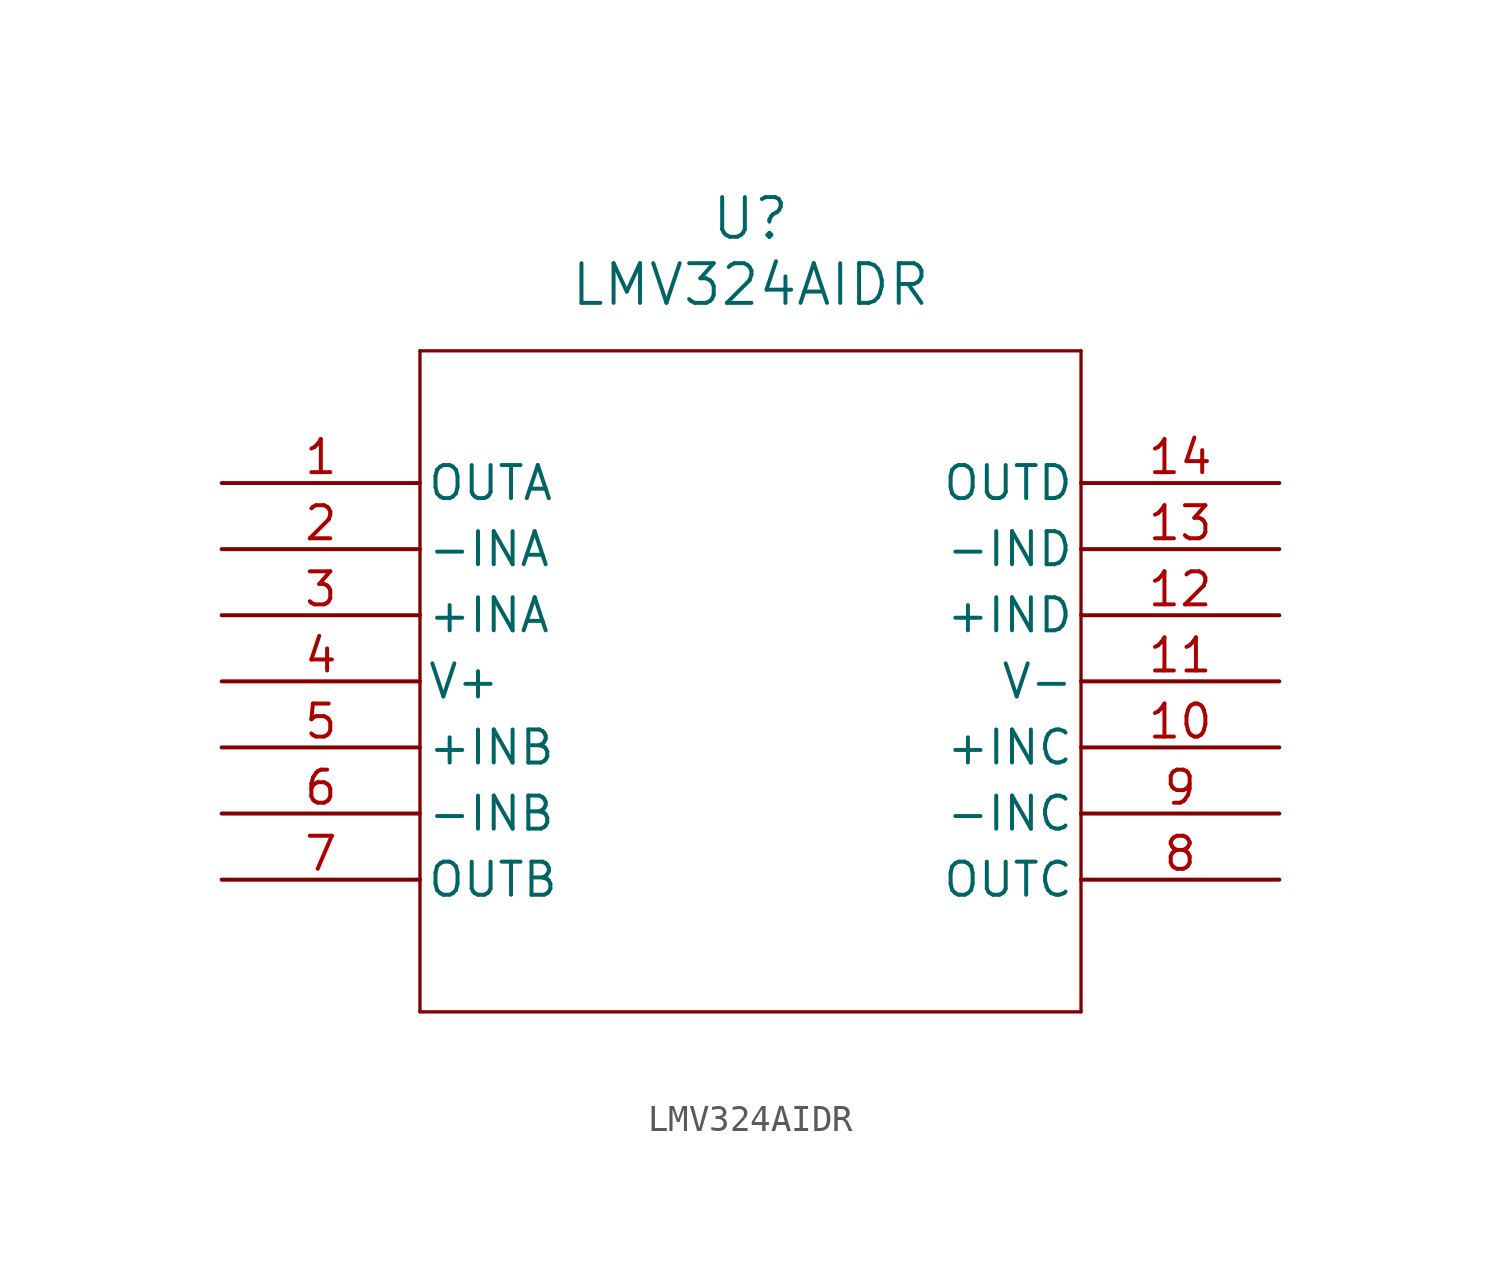
<source format=kicad_sym>
(kicad_symbol_lib
  (version 20211014)
  (generator kicad_symbol_editor)
  (symbol "LMV324AIDR"
    (pin_names
      (offset 0.254))
    (property "Reference" "U"
      (at 20.32 10.16 0)
      (effects (font (size 1.524 1.524))))
    (property "Value" "LMV324AIDR"
      (at 20.32 7.62 0)
      (effects (font (size 1.524 1.524))))
    (symbol "LMV324AIDR_0_1"
      (polyline (pts (xy 7.62 5.08) (xy 7.62 -20.32)) (stroke (width 0.127) (type default) (color 0 0 0 0)) (fill (type none)))
      (polyline (pts (xy 7.62 -20.32) (xy 33.02 -20.32)) (stroke (width 0.127) (type default) (color 0 0 0 0)) (fill (type none)))
      (polyline (pts (xy 33.02 -20.32) (xy 33.02 5.08)) (stroke (width 0.127) (type default) (color 0 0 0 0)) (fill (type none)))
      (polyline (pts (xy 33.02 5.08) (xy 7.62 5.08)) (stroke (width 0.127) (type default) (color 0 0 0 0)) (fill (type none)))
      (pin output line (at 0 0 0) (length 7.62) (name "OUTA" (effects (font (size 1.27 1.27)))) (number "1" (effects (font (size 1.27 1.27)))))
      (pin input line (at 0 -2.54 0) (length 7.62) (name "-INA" (effects (font (size 1.27 1.27)))) (number "2" (effects (font (size 1.27 1.27)))))
      (pin input line (at 0 -5.08 0) (length 7.62) (name "+INA" (effects (font (size 1.27 1.27)))) (number "3" (effects (font (size 1.27 1.27)))))
      (pin power_in line (at 0 -7.62 0) (length 7.62) (name "V+" (effects (font (size 1.27 1.27)))) (number "4" (effects (font (size 1.27 1.27)))))
      (pin input line (at 0 -10.16 0) (length 7.62) (name "+INB" (effects (font (size 1.27 1.27)))) (number "5" (effects (font (size 1.27 1.27)))))
      (pin input line (at 0 -12.7 0) (length 7.62) (name "-INB" (effects (font (size 1.27 1.27)))) (number "6" (effects (font (size 1.27 1.27)))))
      (pin output line (at 0 -15.24 0) (length 7.62) (name "OUTB" (effects (font (size 1.27 1.27)))) (number "7" (effects (font (size 1.27 1.27)))))
      (pin output line (at 40.64 -15.24 180) (length 7.62) (name "OUTC" (effects (font (size 1.27 1.27)))) (number "8" (effects (font (size 1.27 1.27)))))
      (pin input line (at 40.64 -12.7 180) (length 7.62) (name "-INC" (effects (font (size 1.27 1.27)))) (number "9" (effects (font (size 1.27 1.27)))))
      (pin input line (at 40.64 -10.16 180) (length 7.62) (name "+INC" (effects (font (size 1.27 1.27)))) (number "10" (effects (font (size 1.27 1.27)))))
      (pin power_in line (at 40.64 -7.62 180) (length 7.62) (name "V-" (effects (font (size 1.27 1.27)))) (number "11" (effects (font (size 1.27 1.27)))))
      (pin input line (at 40.64 -5.08 180) (length 7.62) (name "+IND" (effects (font (size 1.27 1.27)))) (number "12" (effects (font (size 1.27 1.27)))))
      (pin input line (at 40.64 -2.54 180) (length 7.62) (name "-IND" (effects (font (size 1.27 1.27)))) (number "13" (effects (font (size 1.27 1.27)))))
      (pin output line (at 40.64 0 180) (length 7.62) (name "OUTD" (effects (font (size 1.27 1.27)))) (number "14" (effects (font (size 1.27 1.27))))))))
</source>
